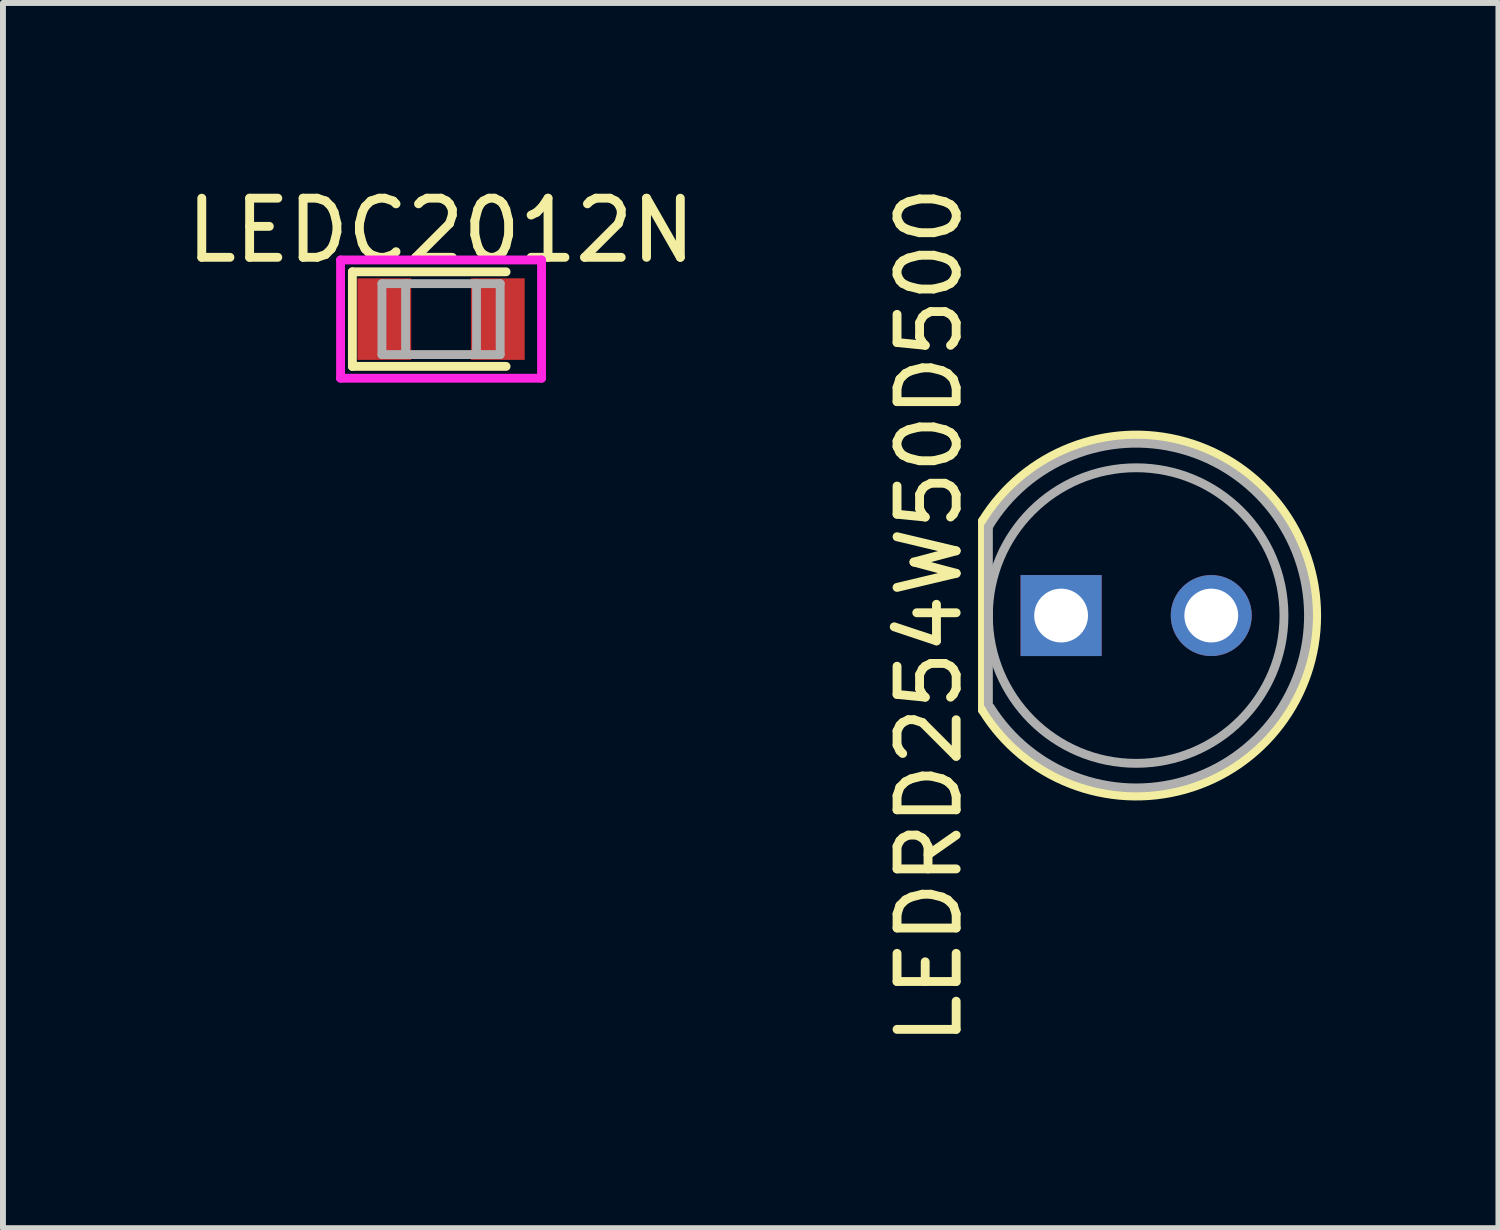
<source format=kicad_pcb>
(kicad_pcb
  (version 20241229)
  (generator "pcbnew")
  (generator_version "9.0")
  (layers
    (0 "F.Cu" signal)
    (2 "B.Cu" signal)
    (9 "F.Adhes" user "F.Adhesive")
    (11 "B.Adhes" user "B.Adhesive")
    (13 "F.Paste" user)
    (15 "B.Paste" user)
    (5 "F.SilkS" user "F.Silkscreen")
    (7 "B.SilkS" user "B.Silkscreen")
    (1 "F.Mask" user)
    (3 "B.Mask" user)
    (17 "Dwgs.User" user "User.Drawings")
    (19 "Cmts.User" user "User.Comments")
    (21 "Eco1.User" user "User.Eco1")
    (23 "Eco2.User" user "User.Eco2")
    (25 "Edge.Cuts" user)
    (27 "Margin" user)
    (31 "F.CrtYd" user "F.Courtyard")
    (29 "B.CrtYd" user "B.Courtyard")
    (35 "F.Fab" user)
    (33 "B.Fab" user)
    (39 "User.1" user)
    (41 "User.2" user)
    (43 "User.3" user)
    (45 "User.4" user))
  (footprint "LEDRD254W50D500"
    (layer "F.Cu")
    (at 16.17 7.363)
    (property "Reference" "LEDRD254W50D500" (at -3.5 0 90) (layer "F.SilkS") (effects (font (size 1 1) (thickness 0.15))))
    (attr through_hole)
    (fp_line (start -2.6 -1.6) (end -2.6 1.6) (stroke (width 0.15) (type solid)) (layer "F.SilkS"))
    (fp_arc (start -2.6 -1.6) (mid 3.052867 0.0004) (end -2.600419 1.599319) (stroke (width 0.15) (type solid)) (layer "F.SilkS"))
    (fp_line (start -2.5 -1.5) (end -2.5 1.5) (stroke (width 0.15) (type solid)) (layer "F.Fab"))
    (fp_arc (start -2.5 -1.5) (mid 2.915296 -0.032374) (end -2.466073 1.555148) (stroke (width 0.15) (type solid)) (layer "F.Fab"))
    (fp_circle (center 0 0) (end 2.5 0) (stroke (width 0.15) (type solid)) (fill no) (layer "F.Fab"))
    (pad "A" thru_hole circle (at 1.27 0) (size 1.37 1.37) (drill 0.91) (layers "*.Cu" "*.Mask"))
    (pad "C" thru_hole rect (at -1.27 0) (size 1.37 1.37) (drill 0.91) (layers "*.Cu" "*.Mask")))
  (footprint "LEDC2012N"
    (layer "F.Cu")
    (at 4.411 2.348)
    (property "Reference" "LEDC2012N" (at 0 -1.5 0) (layer "F.SilkS") (effects (font (size 1 1) (thickness 0.15))))
    (attr through_hole)
    (fp_line (start -1.5 -0.8) (end -1.5 0.8) (stroke (width 0.15) (type solid)) (layer "F.SilkS"))
    (fp_line (start -1.5 0.8) (end 1.1 0.8) (stroke (width 0.15) (type solid)) (layer "F.SilkS"))
    (fp_line (start 1.1 -0.8) (end -1.5 -0.8) (stroke (width 0.15) (type solid)) (layer "F.SilkS"))
    (fp_line (start -1.7 -1) (end 1.7 -1) (stroke (width 0.15) (type solid)) (layer "F.CrtYd"))
    (fp_line (start -1.7 1) (end -1.7 -1) (stroke (width 0.15) (type solid)) (layer "F.CrtYd"))
    (fp_line (start 1.7 -1) (end 1.7 1) (stroke (width 0.15) (type solid)) (layer "F.CrtYd"))
    (fp_line (start 1.7 1) (end -1.7 1) (stroke (width 0.15) (type solid)) (layer "F.CrtYd"))
    (fp_line (start -1 -0.6) (end 1 -0.6) (stroke (width 0.15) (type solid)) (layer "F.Fab"))
    (fp_line (start -1 0.6) (end -1 -0.6) (stroke (width 0.15) (type solid)) (layer "F.Fab"))
    (fp_line (start -0.6 -0.6) (end -0.6 0.6) (stroke (width 0.15) (type solid)) (layer "F.Fab"))
    (fp_line (start 0.6 0.6) (end 0.6 -0.6) (stroke (width 0.15) (type solid)) (layer "F.Fab"))
    (fp_line (start 1 -0.6) (end 1 0.6) (stroke (width 0.15) (type solid)) (layer "F.Fab"))
    (fp_line (start 1 0.6) (end -1 0.6) (stroke (width 0.15) (type solid)) (layer "F.Fab"))
    (pad "A" smd rect (at 0.96 0) (size 0.91 1.38) (layers "F.Cu" "F.Mask" "F.Paste"))
    (pad "C" smd rect (at -0.96 0) (size 0.91 1.38) (layers "F.Cu" "F.Mask" "F.Paste")))
  (gr_rect
    (start -3 -3)
    (end 22.298 17.726)
    (stroke (width 0.1) (type default))
    (fill no)
    (layer "Edge.Cuts")))
</source>
